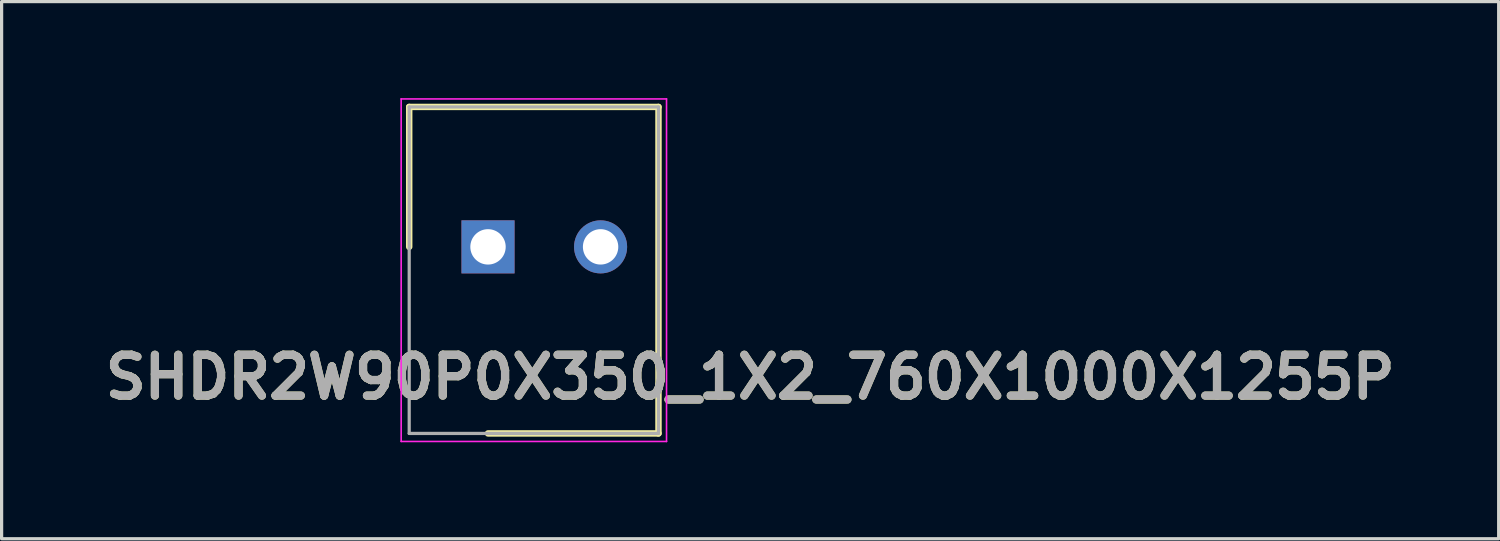
<source format=kicad_pcb>
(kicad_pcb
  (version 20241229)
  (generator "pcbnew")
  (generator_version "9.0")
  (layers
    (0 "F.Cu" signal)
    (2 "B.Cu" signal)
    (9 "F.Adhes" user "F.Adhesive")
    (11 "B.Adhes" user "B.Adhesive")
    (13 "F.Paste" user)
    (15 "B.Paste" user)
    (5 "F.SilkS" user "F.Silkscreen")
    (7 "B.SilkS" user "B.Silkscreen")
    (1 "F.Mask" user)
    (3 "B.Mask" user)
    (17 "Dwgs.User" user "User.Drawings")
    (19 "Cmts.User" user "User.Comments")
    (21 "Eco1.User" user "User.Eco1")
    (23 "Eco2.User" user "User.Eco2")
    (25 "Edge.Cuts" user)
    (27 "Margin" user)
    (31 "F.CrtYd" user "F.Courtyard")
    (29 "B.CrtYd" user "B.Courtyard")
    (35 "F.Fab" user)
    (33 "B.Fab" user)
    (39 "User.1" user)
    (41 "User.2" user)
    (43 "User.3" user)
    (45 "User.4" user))
  (footprint "SHDR2W90P0X350_1X2_760X1000X1255P"
    (layer "F.Cu")
    (at 12.122 4.625)
    (property "Reference" "SHDR2W90P0X350_1X2_760X1000X1255P" (at 8.15 4.05 0) (layer "F.SilkS") (effects (font (size 1.27 1.27) (thickness 0.254))))
    (attr through_hole)
    (fp_line (start -2.45 -4.35) (end -2.45 0) (stroke (width 0.2) (type solid)) (layer "F.SilkS"))
    (fp_line (start 0 5.8) (end 5.3 5.8) (stroke (width 0.2) (type solid)) (layer "F.SilkS"))
    (fp_line (start 5.3 -4.35) (end -2.45 -4.35) (stroke (width 0.2) (type solid)) (layer "F.SilkS"))
    (fp_line (start 5.3 5.8) (end 5.3 -4.35) (stroke (width 0.2) (type solid)) (layer "F.SilkS"))
    (fp_line (start -2.7 -4.6) (end 5.55 -4.6) (stroke (width 0.05) (type solid)) (layer "F.CrtYd"))
    (fp_line (start -2.7 6.05) (end -2.7 -4.6) (stroke (width 0.05) (type solid)) (layer "F.CrtYd"))
    (fp_line (start 5.55 -4.6) (end 5.55 6.05) (stroke (width 0.05) (type solid)) (layer "F.CrtYd"))
    (fp_line (start 5.55 6.05) (end -2.7 6.05) (stroke (width 0.05) (type solid)) (layer "F.CrtYd"))
    (fp_line (start -2.45 -4.35) (end 5.3 -4.35) (stroke (width 0.1) (type solid)) (layer "F.Fab"))
    (fp_line (start -2.45 5.8) (end -2.45 -4.35) (stroke (width 0.1) (type solid)) (layer "F.Fab"))
    (fp_line (start 5.3 -4.35) (end 5.3 5.8) (stroke (width 0.1) (type solid)) (layer "F.Fab"))
    (fp_line (start 5.3 5.8) (end -2.45 5.8) (stroke (width 0.1) (type solid)) (layer "F.Fab"))
    (fp_text user "${REFERENCE}" (at 8.15 4.05 0) (layer "F.Fab") (effects (font (size 1.27 1.27) (thickness 0.254))))
    (pad "1" thru_hole rect (at 0 0) (size 1.65 1.65) (drill 1.1) (layers "*.Cu" "*.Mask"))
    (pad "2" thru_hole circle (at 3.5 0) (size 1.65 1.65) (drill 1.1) (layers "*.Cu" "*.Mask")))
  (gr_rect
    (start -3 -3)
    (end 43.543 13.7)
    (stroke (width 0.1) (type default))
    (fill no)
    (layer "Edge.Cuts")))
</source>
